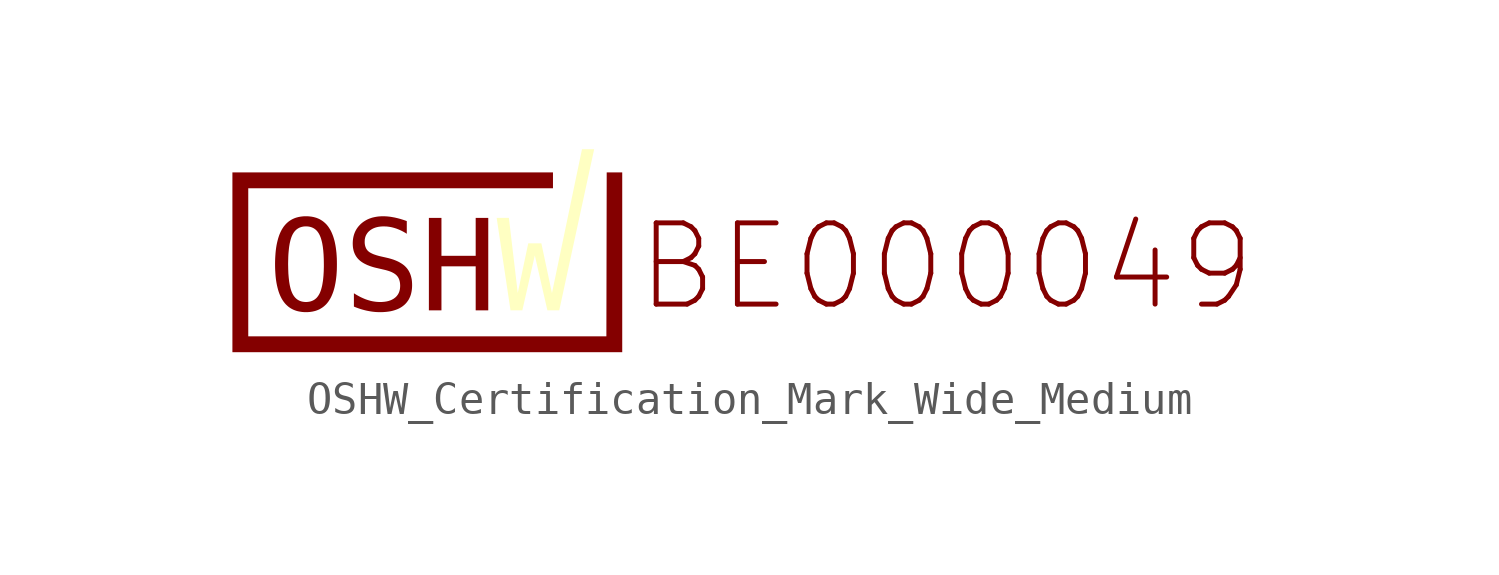
<source format=kicad_sym>
(kicad_symbol_lib
  (version 20231120)
  (generator "kicad_symbol_editor")
  (generator_version "8.0")
  (symbol "OSHW_Certification_Mark_Wide_Medium"
    (property "Reference" "LOGO"
      (at 0 0 0)
      (effects (font (size 1.27 1.27)) (hide yes)))
    (symbol "OSHW_Certification_Mark_Wide_Medium_0_1"
      (polyline (pts (xy -2.783 -0.429) (xy -2.783 -0.429) (xy -2.783 -0.429)) (stroke (width -0.0001) (type default)) (fill (type outline)))
      (polyline (pts (xy 6 -3.137) (xy -6 -3.137) (xy -6 2.398) (xy -6 2.398) (xy 3.868 2.398) (xy 3.868 1.91) (xy -5.512 1.91) (xy -5.512 -2.649) (xy 5.512 -2.649) (xy 5.522 2.398) (xy 6 2.398)) (stroke (width -0.0001) (type default)) (fill (type outline)))
      (polyline (pts (xy 0.435 -0.17) (xy 1.489 -0.17) (xy 1.489 0.997) (xy 1.876 0.997) (xy 1.876 -1.849) (xy 1.489 -1.849) (xy 1.489 -0.494) (xy 0.435 -0.494) (xy 0.435 -1.849) (xy 0.048 -1.849) (xy 0.048 0.997) (xy 0.435 0.997)) (stroke (width -0.0001) (type default)) (fill (type outline)))
      (polyline (pts (xy -3.676 1.047) (xy -3.619 1.042) (xy -3.563 1.035) (xy -3.51 1.025) (xy -3.458 1.012) (xy -3.409 0.997) (xy -3.361 0.978) (xy -3.315 0.957) (xy -3.272 0.932) (xy -3.23 0.905) (xy -3.19 0.875) (xy -3.152 0.842) (xy -3.115 0.807) (xy -3.081 0.768) (xy -3.049 0.727) (xy -3.019 0.682) (xy -2.99 0.635) (xy -2.963 0.585) (xy -2.939 0.532) (xy -2.916 0.476) (xy -2.894 0.416) (xy -2.875 0.354) (xy -2.857 0.289) (xy -2.842 0.222) (xy -2.828 0.151) (xy -2.816 0.077) (xy -2.806 -0.0002) (xy -2.797 -0.08) (xy -2.791 -0.163) (xy -2.786 -0.249) (xy -2.784 -0.337) (xy -2.783 -0.429) (xy -2.784 -0.52) (xy -2.786 -0.609) (xy -2.791 -0.694) (xy -2.797 -0.777) (xy -2.806 -0.857) (xy -2.816 -0.933) (xy -2.828 -1.007) (xy -2.842 -1.078) (xy -2.857 -1.146) (xy -2.875 -1.211) (xy -2.894 -1.273) (xy -2.916 -1.332) (xy -2.939 -1.388) (xy -2.963 -1.441) (xy -2.99 -1.491) (xy -3.019 -1.538) (xy -3.034 -1.561) (xy -3.049 -1.583) (xy -3.065 -1.604) (xy -3.081 -1.624) (xy -3.098 -1.644) (xy -3.115 -1.663) (xy -3.133 -1.681) (xy -3.152 -1.698) (xy -3.17 -1.715) (xy -3.19 -1.731) (xy -3.209 -1.747) (xy -3.23 -1.761) (xy -3.25 -1.775) (xy -3.272 -1.788) (xy -3.293 -1.801) (xy -3.315 -1.813) (xy -3.338 -1.824) (xy -3.361 -1.834) (xy -3.385 -1.844) (xy -3.409 -1.853) (xy -3.433 -1.861) (xy -3.458 -1.869) (xy -3.484 -1.875) (xy -3.51 -1.881) (xy -3.536 -1.887) (xy -3.563 -1.891) (xy -3.619 -1.899) (xy -3.676 -1.903) (xy -3.736 -1.904) (xy -3.795 -1.903) (xy -3.852 -1.899) (xy -3.908 -1.891) (xy -3.961 -1.881) (xy -4.013 -1.869) (xy -4.062 -1.853) (xy -4.11 -1.835) (xy -4.156 -1.813) (xy -4.2 -1.789) (xy -4.242 -1.762) (xy -4.282 -1.732) (xy -4.319 -1.699) (xy -4.356 -1.664) (xy -4.39 -1.625) (xy -4.422 -1.584) (xy -4.452 -1.54) (xy -4.481 -1.493) (xy -4.507 -1.443) (xy -4.532 -1.39) (xy -4.555 -1.334) (xy -4.576 -1.275) (xy -4.595 -1.213) (xy -4.612 -1.148) (xy -4.628 -1.08) (xy -4.642 -1.009) (xy -4.654 -0.935) (xy -4.664 -0.859) (xy -4.672 -0.779) (xy -4.678 -0.696) (xy -4.683 -0.61) (xy -4.686 -0.521) (xy -4.687 -0.429) (xy -4.285 -0.429) (xy -4.282 -0.58) (xy -4.277 -0.719) (xy -4.266 -0.848) (xy -4.253 -0.965) (xy -4.244 -1.02) (xy -4.235 -1.071) (xy -4.224 -1.12) (xy -4.213 -1.166) (xy -4.2 -1.21) (xy -4.187 -1.25) (xy -4.172 -1.288) (xy -4.157 -1.323) (xy -4.14 -1.355) (xy -4.131 -1.371) (xy -4.122 -1.386) (xy -4.112 -1.4) (xy -4.103 -1.414) (xy -4.092 -1.428) (xy -4.082 -1.44) (xy -4.071 -1.453) (xy -4.06 -1.465) (xy -4.048 -1.476) (xy -4.037 -1.487) (xy -4.025 -1.497) (xy -4.012 -1.507) (xy -4 -1.516) (xy -3.987 -1.524) (xy -3.973 -1.532) (xy -3.96 -1.54) (xy -3.946 -1.547) (xy -3.932 -1.554) (xy -3.917 -1.56) (xy -3.902 -1.565) (xy -3.887 -1.57) (xy -3.871 -1.575) (xy -3.855 -1.579) (xy -3.839 -1.582) (xy -3.823 -1.585) (xy -3.806 -1.587) (xy -3.789 -1.589) (xy -3.771 -1.591) (xy -3.736 -1.592) (xy -3.7 -1.591) (xy -3.665 -1.587) (xy -3.631 -1.582) (xy -3.599 -1.575) (xy -3.568 -1.565) (xy -3.539 -1.554) (xy -3.51 -1.54) (xy -3.483 -1.525) (xy -3.458 -1.507) (xy -3.433 -1.487) (xy -3.41 -1.466) (xy -3.389 -1.442) (xy -3.368 -1.415) (xy -3.349 -1.387) (xy -3.331 -1.357) (xy -3.314 -1.325) (xy -3.299 -1.29) (xy -3.284 -1.252) (xy -3.27 -1.211) (xy -3.258 -1.168) (xy -3.246 -1.122) (xy -3.235 -1.073) (xy -3.226 -1.021) (xy -3.217 -0.966) (xy -3.209 -0.909) (xy -3.203 -0.849) (xy -3.197 -0.786) (xy -3.193 -0.72) (xy -3.189 -0.651) (xy -3.187 -0.58) (xy -3.185 -0.506) (xy -3.185 -0.429) (xy -3.187 -0.278) (xy -3.193 -0.138) (xy -3.203 -0.009) (xy -3.217 0.109) (xy -3.226 0.163) (xy -3.235 0.215) (xy -3.246 0.264) (xy -3.258 0.31) (xy -3.27 0.353) (xy -3.284 0.394) (xy -3.299 0.432) (xy -3.314 0.467) (xy -3.331 0.499) (xy -3.34 0.515) (xy -3.349 0.53) (xy -3.358 0.544) (xy -3.368 0.558) (xy -3.378 0.572) (xy -3.389 0.585) (xy -3.399 0.597) (xy -3.41 0.609) (xy -3.422 0.62) (xy -3.433 0.631) (xy -3.446 0.641) (xy -3.458 0.651) (xy -3.47 0.66) (xy -3.483 0.668) (xy -3.497 0.677) (xy -3.51 0.684) (xy -3.524 0.691) (xy -3.539 0.698) (xy -3.553 0.704) (xy -3.568 0.709) (xy -3.584 0.714) (xy -3.599 0.719) (xy -3.615 0.723) (xy -3.631 0.726) (xy -3.648 0.729) (xy -3.665 0.732) (xy -3.682 0.733) (xy -3.7 0.735) (xy -3.736 0.736) (xy -3.771 0.735) (xy -3.806 0.732) (xy -3.839 0.726) (xy -3.871 0.719) (xy -3.902 0.709) (xy -3.932 0.698) (xy -3.96 0.684) (xy -3.987 0.668) (xy -4.012 0.651) (xy -4.037 0.631) (xy -4.06 0.609) (xy -4.082 0.585) (xy -4.103 0.558) (xy -4.122 0.53) (xy -4.14 0.499) (xy -4.157 0.467) (xy -4.172 0.432) (xy -4.187 0.394) (xy -4.2 0.353) (xy -4.213 0.31) (xy -4.224 0.264) (xy -4.235 0.215) (xy -4.244 0.163) (xy -4.253 0.109) (xy -4.26 0.051) (xy -4.266 -0.009) (xy -4.272 -0.072) (xy -4.277 -0.138) (xy -4.28 -0.206) (xy -4.282 -0.278) (xy -4.284 -0.352) (xy -4.285 -0.429) (xy -4.687 -0.429) (xy -4.686 -0.337) (xy -4.683 -0.249) (xy -4.678 -0.163) (xy -4.672 -0.08) (xy -4.664 -0.0002) (xy -4.654 0.077) (xy -4.642 0.151) (xy -4.628 0.222) (xy -4.612 0.289) (xy -4.595 0.354) (xy -4.576 0.416) (xy -4.555 0.476) (xy -4.532 0.532) (xy -4.507 0.585) (xy -4.481 0.635) (xy -4.452 0.682) (xy -4.437 0.705) (xy -4.422 0.727) (xy -4.406 0.748) (xy -4.389 0.768) (xy -4.372 0.788) (xy -4.355 0.807) (xy -4.337 0.825) (xy -4.319 0.842) (xy -4.3 0.859) (xy -4.281 0.875) (xy -4.261 0.891) (xy -4.241 0.905) (xy -4.22 0.919) (xy -4.199 0.932) (xy -4.177 0.945) (xy -4.155 0.957) (xy -4.132 0.968) (xy -4.109 0.978) (xy -4.086 0.988) (xy -4.061 0.997) (xy -4.037 1.005) (xy -4.012 1.012) (xy -3.986 1.019) (xy -3.961 1.025) (xy -3.907 1.035) (xy -3.852 1.042) (xy -3.795 1.047) (xy -3.736 1.048)) (stroke (width -0.0001) (type default)) (fill (type outline)))
      (polyline (pts (xy -1.317 1.047) (xy -1.275 1.045) (xy -1.233 1.042) (xy -1.19 1.038) (xy -1.147 1.033) (xy -1.103 1.026) (xy -1.058 1.018) (xy -1.013 1.01) (xy -0.968 1) (xy -0.921 0.989) (xy -0.875 0.977) (xy -0.827 0.964) (xy -0.779 0.949) (xy -0.731 0.934) (xy -0.682 0.917) (xy -0.632 0.899) (xy -0.632 0.508) (xy -0.676 0.536) (xy -0.72 0.561) (xy -0.764 0.585) (xy -0.808 0.607) (xy -0.852 0.627) (xy -0.896 0.646) (xy -0.94 0.663) (xy -0.985 0.678) (xy -1.028 0.691) (xy -1.073 0.703) (xy -1.117 0.713) (xy -1.161 0.721) (xy -1.205 0.727) (xy -1.25 0.732) (xy -1.294 0.734) (xy -1.339 0.735) (xy -1.373 0.735) (xy -1.405 0.733) (xy -1.437 0.731) (xy -1.468 0.727) (xy -1.498 0.723) (xy -1.528 0.717) (xy -1.556 0.711) (xy -1.583 0.703) (xy -1.61 0.695) (xy -1.635 0.685) (xy -1.66 0.675) (xy -1.684 0.663) (xy -1.706 0.651) (xy -1.728 0.637) (xy -1.75 0.623) (xy -1.77 0.607) (xy -1.789 0.591) (xy -1.807 0.575) (xy -1.824 0.557) (xy -1.839 0.539) (xy -1.853 0.52) (xy -1.866 0.5) (xy -1.878 0.48) (xy -1.889 0.459) (xy -1.898 0.438) (xy -1.906 0.415) (xy -1.913 0.392) (xy -1.918 0.368) (xy -1.923 0.344) (xy -1.926 0.319) (xy -1.927 0.293) (xy -1.928 0.266) (xy -1.928 0.243) (xy -1.927 0.221) (xy -1.925 0.199) (xy -1.922 0.177) (xy -1.918 0.157) (xy -1.914 0.137) (xy -1.908 0.118) (xy -1.902 0.1) (xy -1.895 0.082) (xy -1.888 0.065) (xy -1.879 0.049) (xy -1.87 0.034) (xy -1.86 0.019) (xy -1.849 0.005) (xy -1.838 -0.009) (xy -1.825 -0.022) (xy -1.811 -0.034) (xy -1.796 -0.046) (xy -1.78 -0.058) (xy -1.762 -0.069) (xy -1.742 -0.08) (xy -1.721 -0.091) (xy -1.699 -0.102) (xy -1.675 -0.113) (xy -1.651 -0.123) (xy -1.624 -0.133) (xy -1.596 -0.142) (xy -1.567 -0.152) (xy -1.536 -0.161) (xy -1.504 -0.17) (xy -1.471 -0.179) (xy -1.436 -0.187) (xy -1.234 -0.233) (xy -1.185 -0.245) (xy -1.138 -0.258) (xy -1.092 -0.272) (xy -1.048 -0.286) (xy -1.005 -0.302) (xy -0.965 -0.318) (xy -0.926 -0.335) (xy -0.888 -0.353) (xy -0.853 -0.372) (xy -0.819 -0.392) (xy -0.787 -0.412) (xy -0.756 -0.433) (xy -0.727 -0.455) (xy -0.7 -0.478) (xy -0.675 -0.502) (xy -0.651 -0.527) (xy -0.629 -0.552) (xy -0.608 -0.579) (xy -0.589 -0.607) (xy -0.571 -0.636) (xy -0.555 -0.666) (xy -0.54 -0.697) (xy -0.526 -0.73) (xy -0.514 -0.763) (xy -0.503 -0.798) (xy -0.494 -0.833) (xy -0.486 -0.87) (xy -0.479 -0.908) (xy -0.474 -0.948) (xy -0.471 -0.988) (xy -0.469 -1.029) (xy -0.468 -1.072) (xy -0.469 -1.122) (xy -0.472 -1.17) (xy -0.477 -1.217) (xy -0.484 -1.263) (xy -0.493 -1.307) (xy -0.503 -1.349) (xy -0.516 -1.39) (xy -0.531 -1.43) (xy -0.548 -1.468) (xy -0.566 -1.504) (xy -0.587 -1.539) (xy -0.61 -1.572) (xy -0.634 -1.604) (xy -0.661 -1.635) (xy -0.689 -1.664) (xy -0.72 -1.691) (xy -0.752 -1.717) (xy -0.786 -1.741) (xy -0.822 -1.764) (xy -0.86 -1.785) (xy -0.899 -1.804) (xy -0.941 -1.821) (xy -0.984 -1.837) (xy -1.028 -1.851) (xy -1.075 -1.864) (xy -1.123 -1.875) (xy -1.174 -1.884) (xy -1.226 -1.891) (xy -1.28 -1.897) (xy -1.335 -1.901) (xy -1.392 -1.904) (xy -1.452 -1.905) (xy -1.502 -1.904) (xy -1.552 -1.902) (xy -1.602 -1.899) (xy -1.652 -1.894) (xy -1.702 -1.888) (xy -1.753 -1.88) (xy -1.803 -1.871) (xy -1.854 -1.861) (xy -1.904 -1.85) (xy -1.955 -1.837) (xy -2.006 -1.823) (xy -2.056 -1.808) (xy -2.107 -1.791) (xy -2.158 -1.773) (xy -2.209 -1.754) (xy -2.26 -1.733) (xy -2.26 -1.323) (xy -2.205 -1.357) (xy -2.152 -1.388) (xy -2.099 -1.417) (xy -2.047 -1.444) (xy -1.995 -1.468) (xy -1.945 -1.49) (xy -1.895 -1.51) (xy -1.846 -1.527) (xy -1.797 -1.542) (xy -1.748 -1.556) (xy -1.699 -1.567) (xy -1.649 -1.576) (xy -1.6 -1.583) (xy -1.551 -1.588) (xy -1.501 -1.591) (xy -1.452 -1.592) (xy -1.416 -1.592) (xy -1.381 -1.59) (xy -1.347 -1.587) (xy -1.314 -1.584) (xy -1.282 -1.579) (xy -1.251 -1.574) (xy -1.221 -1.567) (xy -1.192 -1.56) (xy -1.165 -1.551) (xy -1.138 -1.542) (xy -1.112 -1.531) (xy -1.087 -1.519) (xy -1.063 -1.506) (xy -1.04 -1.493) (xy -1.019 -1.478) (xy -0.998 -1.462) (xy -0.978 -1.446) (xy -0.96 -1.428) (xy -0.943 -1.41) (xy -0.927 -1.39) (xy -0.912 -1.37) (xy -0.899 -1.349) (xy -0.887 -1.328) (xy -0.876 -1.305) (xy -0.867 -1.282) (xy -0.859 -1.258) (xy -0.852 -1.233) (xy -0.846 -1.207) (xy -0.842 -1.181) (xy -0.839 -1.153) (xy -0.837 -1.125) (xy -0.836 -1.097) (xy -0.836 -1.07) (xy -0.838 -1.045) (xy -0.84 -1.02) (xy -0.843 -0.996) (xy -0.847 -0.973) (xy -0.852 -0.951) (xy -0.858 -0.929) (xy -0.864 -0.908) (xy -0.872 -0.888) (xy -0.88 -0.869) (xy -0.889 -0.851) (xy -0.899 -0.833) (xy -0.91 -0.816) (xy -0.922 -0.8) (xy -0.935 -0.785) (xy -0.948 -0.771) (xy -0.963 -0.757) (xy -0.979 -0.743) (xy -0.996 -0.73) (xy -1.014 -0.718) (xy -1.034 -0.705) (xy -1.055 -0.694) (xy -1.077 -0.682) (xy -1.1 -0.671) (xy -1.125 -0.66) (xy -1.151 -0.65) (xy -1.179 -0.64) (xy -1.208 -0.631) (xy -1.238 -0.622) (xy -1.269 -0.613) (xy -1.301 -0.605) (xy -1.335 -0.597) (xy -1.541 -0.549) (xy -1.59 -0.538) (xy -1.637 -0.526) (xy -1.682 -0.513) (xy -1.726 -0.499) (xy -1.768 -0.485) (xy -1.808 -0.469) (xy -1.847 -0.454) (xy -1.883 -0.437) (xy -1.918 -0.42) (xy -1.952 -0.402) (xy -1.984 -0.383) (xy -2.014 -0.364) (xy -2.042 -0.344) (xy -2.069 -0.323) (xy -2.094 -0.301) (xy -2.117 -0.279) (xy -2.139 -0.256) (xy -2.159 -0.232) (xy -2.178 -0.207) (xy -2.195 -0.181) (xy -2.211 -0.154) (xy -2.226 -0.126) (xy -2.239 -0.097) (xy -2.251 -0.067) (xy -2.262 -0.036) (xy -2.271 -0.004) (xy -2.278 0.029) (xy -2.285 0.062) (xy -2.29 0.097) (xy -2.293 0.133) (xy -2.295 0.17) (xy -2.296 0.207) (xy -2.295 0.254) (xy -2.292 0.3) (xy -2.287 0.345) (xy -2.28 0.388) (xy -2.271 0.43) (xy -2.26 0.472) (xy -2.247 0.511) (xy -2.232 0.55) (xy -2.215 0.588) (xy -2.196 0.624) (xy -2.175 0.659) (xy -2.152 0.693) (xy -2.127 0.726) (xy -2.1 0.757) (xy -2.071 0.788) (xy -2.041 0.817) (xy -2.008 0.845) (xy -1.974 0.871) (xy -1.938 0.895) (xy -1.901 0.918) (xy -1.863 0.939) (xy -1.824 0.958) (xy -1.783 0.975) (xy -1.741 0.99) (xy -1.698 1.004) (xy -1.653 1.015) (xy -1.607 1.025) (xy -1.56 1.033) (xy -1.512 1.04) (xy -1.462 1.044) (xy -1.411 1.047) (xy -1.358 1.048)) (stroke (width -0.0001) (type default)) (fill (type outline))))
    (symbol "OSHW_Certification_Mark_Wide_Medium_1_1"
      (polyline (pts (xy 4.061 -1.849) (xy 3.696 -1.849) (xy 3.309 -0.158) (xy 2.925 -1.849) (xy 2.561 -1.849) (xy 2.135 0.997) (xy 2.511 0.997) (xy 2.784 -1.313) (xy 3.107 0.215) (xy 3.51 0.215) (xy 3.837 -1.317) (xy 4.761 3.111) (xy 5.136 3.111)) (stroke (width -0.0001) (type default)) (fill (type background)))
      (text "BE000049" (at 6.35 -0.508 0) (effects (font (size 2.5 2.5)) (justify left))))))
</source>
